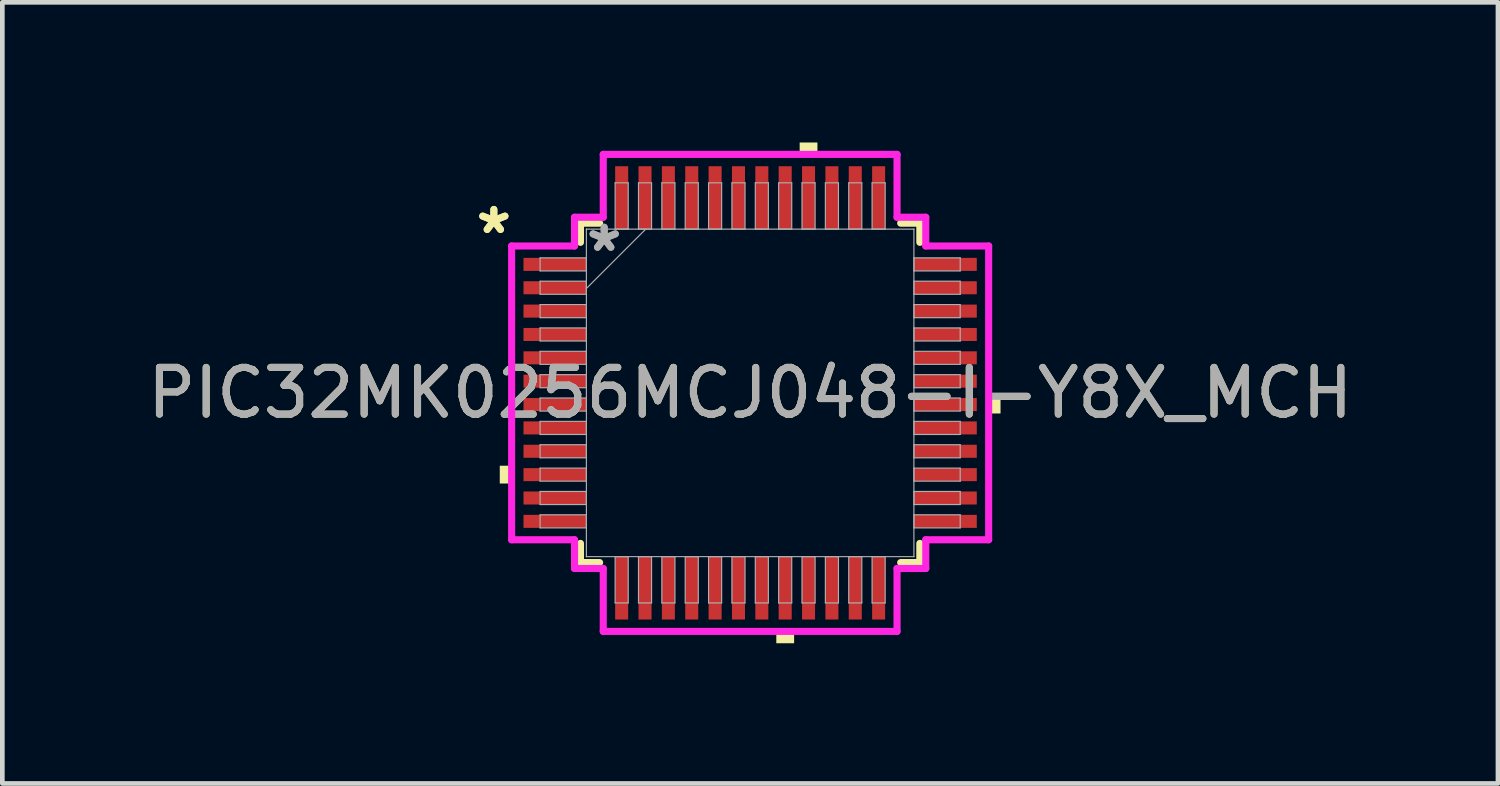
<source format=kicad_pcb>
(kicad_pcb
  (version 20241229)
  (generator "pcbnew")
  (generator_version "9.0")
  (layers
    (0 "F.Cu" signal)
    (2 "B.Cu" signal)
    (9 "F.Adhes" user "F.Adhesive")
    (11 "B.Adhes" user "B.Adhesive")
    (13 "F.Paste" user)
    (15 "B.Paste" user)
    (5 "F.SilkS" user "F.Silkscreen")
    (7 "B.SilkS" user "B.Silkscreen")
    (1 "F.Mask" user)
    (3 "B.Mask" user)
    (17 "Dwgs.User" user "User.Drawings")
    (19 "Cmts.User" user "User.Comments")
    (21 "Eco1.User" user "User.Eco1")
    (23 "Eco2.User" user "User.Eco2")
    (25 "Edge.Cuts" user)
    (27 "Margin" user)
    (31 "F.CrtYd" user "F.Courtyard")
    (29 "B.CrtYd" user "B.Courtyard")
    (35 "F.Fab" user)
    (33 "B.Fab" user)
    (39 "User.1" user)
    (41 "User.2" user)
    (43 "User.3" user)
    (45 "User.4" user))
  (footprint "PIC32MK0256MCJ048-I-Y8X_MCH"
    (layer "F.Cu")
    (at 13.006 5.359)
    (property "Reference" "PIC32MK0256MCJ048-I-Y8X_MCH" (at 0 0 0) (unlocked yes) (layer "F.SilkS") (effects (font (size 1 1) (thickness 0.15))))
    (attr smd)
    (fp_line (start -3.632 -3.632) (end -3.632 -3.222) (stroke (width 0.152) (type solid)) (layer "F.SilkS"))
    (fp_line (start -3.632 3.222) (end -3.632 3.632) (stroke (width 0.152) (type solid)) (layer "F.SilkS"))
    (fp_line (start -3.632 3.632) (end -3.222 3.632) (stroke (width 0.152) (type solid)) (layer "F.SilkS"))
    (fp_line (start -3.222 -3.632) (end -3.632 -3.632) (stroke (width 0.152) (type solid)) (layer "F.SilkS"))
    (fp_line (start 3.222 3.632) (end 3.632 3.632) (stroke (width 0.152) (type solid)) (layer "F.SilkS"))
    (fp_line (start 3.632 -3.632) (end 3.222 -3.632) (stroke (width 0.152) (type solid)) (layer "F.SilkS"))
    (fp_line (start 3.632 -3.222) (end 3.632 -3.632) (stroke (width 0.152) (type solid)) (layer "F.SilkS"))
    (fp_line (start 3.632 3.632) (end 3.632 3.222) (stroke (width 0.152) (type solid)) (layer "F.SilkS"))
    (fp_poly (pts (xy -5.359 1.559) (xy -5.359 1.94) (xy -5.105 1.94) (xy -5.105 1.559)) (stroke (width 0) (type solid)) (fill yes) (layer "F.SilkS"))
    (fp_poly (pts (xy 0.56 5.105) (xy 0.56 5.359) (xy 0.941 5.359) (xy 0.941 5.105)) (stroke (width 0) (type solid)) (fill yes) (layer "F.SilkS"))
    (fp_poly (pts (xy 1.06 -5.105) (xy 1.06 -5.359) (xy 1.44 -5.359) (xy 1.44 -5.105)) (stroke (width 0) (type solid)) (fill yes) (layer "F.SilkS"))
    (fp_poly (pts (xy 5.359 0.059) (xy 5.359 0.441) (xy 5.105 0.441) (xy 5.105 0.059)) (stroke (width 0) (type solid)) (fill yes) (layer "F.SilkS"))
    (fp_line (start -5.105 -3.144) (end -3.759 -3.144) (stroke (width 0.152) (type solid)) (layer "F.CrtYd"))
    (fp_line (start -5.105 3.144) (end -5.105 -3.144) (stroke (width 0.152) (type solid)) (layer "F.CrtYd"))
    (fp_line (start -3.759 -3.759) (end -3.144 -3.759) (stroke (width 0.152) (type solid)) (layer "F.CrtYd"))
    (fp_line (start -3.759 -3.144) (end -3.759 -3.759) (stroke (width 0.152) (type solid)) (layer "F.CrtYd"))
    (fp_line (start -3.759 3.144) (end -5.105 3.144) (stroke (width 0.152) (type solid)) (layer "F.CrtYd"))
    (fp_line (start -3.759 3.759) (end -3.759 3.144) (stroke (width 0.152) (type solid)) (layer "F.CrtYd"))
    (fp_line (start -3.759 3.759) (end -3.144 3.759) (stroke (width 0.152) (type solid)) (layer "F.CrtYd"))
    (fp_line (start -3.144 -5.105) (end 3.144 -5.105) (stroke (width 0.152) (type solid)) (layer "F.CrtYd"))
    (fp_line (start -3.144 -3.759) (end -3.144 -5.105) (stroke (width 0.152) (type solid)) (layer "F.CrtYd"))
    (fp_line (start -3.144 3.759) (end -3.144 5.105) (stroke (width 0.152) (type solid)) (layer "F.CrtYd"))
    (fp_line (start -3.144 5.105) (end 3.144 5.105) (stroke (width 0.152) (type solid)) (layer "F.CrtYd"))
    (fp_line (start 3.144 -5.105) (end 3.144 -3.759) (stroke (width 0.152) (type solid)) (layer "F.CrtYd"))
    (fp_line (start 3.144 -3.759) (end 3.759 -3.759) (stroke (width 0.152) (type solid)) (layer "F.CrtYd"))
    (fp_line (start 3.144 3.759) (end 3.759 3.759) (stroke (width 0.152) (type solid)) (layer "F.CrtYd"))
    (fp_line (start 3.144 5.105) (end 3.144 3.759) (stroke (width 0.152) (type solid)) (layer "F.CrtYd"))
    (fp_line (start 3.759 -3.144) (end 3.759 -3.759) (stroke (width 0.152) (type solid)) (layer "F.CrtYd"))
    (fp_line (start 3.759 3.144) (end 5.105 3.144) (stroke (width 0.152) (type solid)) (layer "F.CrtYd"))
    (fp_line (start 3.759 3.759) (end 3.759 3.144) (stroke (width 0.152) (type solid)) (layer "F.CrtYd"))
    (fp_line (start 5.105 -3.144) (end 3.759 -3.144) (stroke (width 0.152) (type solid)) (layer "F.CrtYd"))
    (fp_line (start 5.105 3.144) (end 5.105 -3.144) (stroke (width 0.152) (type solid)) (layer "F.CrtYd"))
    (fp_line (start -4.496 -2.89) (end -4.496 -2.61) (stroke (width 0.025) (type solid)) (layer "F.Fab"))
    (fp_line (start -4.496 -2.61) (end -3.505 -2.61) (stroke (width 0.025) (type solid)) (layer "F.Fab"))
    (fp_line (start -4.496 -2.39) (end -4.496 -2.11) (stroke (width 0.025) (type solid)) (layer "F.Fab"))
    (fp_line (start -4.496 -2.11) (end -3.505 -2.11) (stroke (width 0.025) (type solid)) (layer "F.Fab"))
    (fp_line (start -4.496 -1.89) (end -4.496 -1.61) (stroke (width 0.025) (type solid)) (layer "F.Fab"))
    (fp_line (start -4.496 -1.61) (end -3.505 -1.61) (stroke (width 0.025) (type solid)) (layer "F.Fab"))
    (fp_line (start -4.496 -1.39) (end -4.496 -1.11) (stroke (width 0.025) (type solid)) (layer "F.Fab"))
    (fp_line (start -4.496 -1.11) (end -3.505 -1.11) (stroke (width 0.025) (type solid)) (layer "F.Fab"))
    (fp_line (start -4.496 -0.89) (end -4.496 -0.61) (stroke (width 0.025) (type solid)) (layer "F.Fab"))
    (fp_line (start -4.496 -0.61) (end -3.505 -0.61) (stroke (width 0.025) (type solid)) (layer "F.Fab"))
    (fp_line (start -4.496 -0.39) (end -4.496 -0.11) (stroke (width 0.025) (type solid)) (layer "F.Fab"))
    (fp_line (start -4.496 -0.11) (end -3.505 -0.11) (stroke (width 0.025) (type solid)) (layer "F.Fab"))
    (fp_line (start -4.496 0.11) (end -4.496 0.39) (stroke (width 0.025) (type solid)) (layer "F.Fab"))
    (fp_line (start -4.496 0.39) (end -3.505 0.39) (stroke (width 0.025) (type solid)) (layer "F.Fab"))
    (fp_line (start -4.496 0.61) (end -4.496 0.89) (stroke (width 0.025) (type solid)) (layer "F.Fab"))
    (fp_line (start -4.496 0.89) (end -3.505 0.89) (stroke (width 0.025) (type solid)) (layer "F.Fab"))
    (fp_line (start -4.496 1.11) (end -4.496 1.39) (stroke (width 0.025) (type solid)) (layer "F.Fab"))
    (fp_line (start -4.496 1.39) (end -3.505 1.39) (stroke (width 0.025) (type solid)) (layer "F.Fab"))
    (fp_line (start -4.496 1.61) (end -4.496 1.89) (stroke (width 0.025) (type solid)) (layer "F.Fab"))
    (fp_line (start -4.496 1.89) (end -3.505 1.89) (stroke (width 0.025) (type solid)) (layer "F.Fab"))
    (fp_line (start -4.496 2.11) (end -4.496 2.39) (stroke (width 0.025) (type solid)) (layer "F.Fab"))
    (fp_line (start -4.496 2.39) (end -3.505 2.39) (stroke (width 0.025) (type solid)) (layer "F.Fab"))
    (fp_line (start -4.496 2.61) (end -4.496 2.89) (stroke (width 0.025) (type solid)) (layer "F.Fab"))
    (fp_line (start -4.496 2.89) (end -3.505 2.89) (stroke (width 0.025) (type solid)) (layer "F.Fab"))
    (fp_line (start -3.505 -3.505) (end -3.505 -3.505) (stroke (width 0.025) (type solid)) (layer "F.Fab"))
    (fp_line (start -3.505 -3.505) (end -3.505 3.505) (stroke (width 0.025) (type solid)) (layer "F.Fab"))
    (fp_line (start -3.505 -2.89) (end -4.496 -2.89) (stroke (width 0.025) (type solid)) (layer "F.Fab"))
    (fp_line (start -3.505 -2.61) (end -3.505 -2.89) (stroke (width 0.025) (type solid)) (layer "F.Fab"))
    (fp_line (start -3.505 -2.39) (end -4.496 -2.39) (stroke (width 0.025) (type solid)) (layer "F.Fab"))
    (fp_line (start -3.505 -2.235) (end -2.235 -3.505) (stroke (width 0.025) (type solid)) (layer "F.Fab"))
    (fp_line (start -3.505 -2.11) (end -3.505 -2.39) (stroke (width 0.025) (type solid)) (layer "F.Fab"))
    (fp_line (start -3.505 -1.89) (end -4.496 -1.89) (stroke (width 0.025) (type solid)) (layer "F.Fab"))
    (fp_line (start -3.505 -1.61) (end -3.505 -1.89) (stroke (width 0.025) (type solid)) (layer "F.Fab"))
    (fp_line (start -3.505 -1.39) (end -4.496 -1.39) (stroke (width 0.025) (type solid)) (layer "F.Fab"))
    (fp_line (start -3.505 -1.11) (end -3.505 -1.39) (stroke (width 0.025) (type solid)) (layer "F.Fab"))
    (fp_line (start -3.505 -0.89) (end -4.496 -0.89) (stroke (width 0.025) (type solid)) (layer "F.Fab"))
    (fp_line (start -3.505 -0.61) (end -3.505 -0.89) (stroke (width 0.025) (type solid)) (layer "F.Fab"))
    (fp_line (start -3.505 -0.39) (end -4.496 -0.39) (stroke (width 0.025) (type solid)) (layer "F.Fab"))
    (fp_line (start -3.505 -0.11) (end -3.505 -0.39) (stroke (width 0.025) (type solid)) (layer "F.Fab"))
    (fp_line (start -3.505 0.11) (end -4.496 0.11) (stroke (width 0.025) (type solid)) (layer "F.Fab"))
    (fp_line (start -3.505 0.39) (end -3.505 0.11) (stroke (width 0.025) (type solid)) (layer "F.Fab"))
    (fp_line (start -3.505 0.61) (end -4.496 0.61) (stroke (width 0.025) (type solid)) (layer "F.Fab"))
    (fp_line (start -3.505 0.89) (end -3.505 0.61) (stroke (width 0.025) (type solid)) (layer "F.Fab"))
    (fp_line (start -3.505 1.11) (end -4.496 1.11) (stroke (width 0.025) (type solid)) (layer "F.Fab"))
    (fp_line (start -3.505 1.39) (end -3.505 1.11) (stroke (width 0.025) (type solid)) (layer "F.Fab"))
    (fp_line (start -3.505 1.61) (end -4.496 1.61) (stroke (width 0.025) (type solid)) (layer "F.Fab"))
    (fp_line (start -3.505 1.89) (end -3.505 1.61) (stroke (width 0.025) (type solid)) (layer "F.Fab"))
    (fp_line (start -3.505 2.11) (end -4.496 2.11) (stroke (width 0.025) (type solid)) (layer "F.Fab"))
    (fp_line (start -3.505 2.39) (end -3.505 2.11) (stroke (width 0.025) (type solid)) (layer "F.Fab"))
    (fp_line (start -3.505 2.61) (end -4.496 2.61) (stroke (width 0.025) (type solid)) (layer "F.Fab"))
    (fp_line (start -3.505 2.89) (end -3.505 2.61) (stroke (width 0.025) (type solid)) (layer "F.Fab"))
    (fp_line (start -3.505 3.505) (end -3.505 3.505) (stroke (width 0.025) (type solid)) (layer "F.Fab"))
    (fp_line (start -3.505 3.505) (end 3.505 3.505) (stroke (width 0.025) (type solid)) (layer "F.Fab"))
    (fp_line (start -2.89 -4.496) (end -2.89 -3.505) (stroke (width 0.025) (type solid)) (layer "F.Fab"))
    (fp_line (start -2.89 -3.505) (end -2.61 -3.505) (stroke (width 0.025) (type solid)) (layer "F.Fab"))
    (fp_line (start -2.89 3.505) (end -2.89 4.496) (stroke (width 0.025) (type solid)) (layer "F.Fab"))
    (fp_line (start -2.89 4.496) (end -2.61 4.496) (stroke (width 0.025) (type solid)) (layer "F.Fab"))
    (fp_line (start -2.61 -4.496) (end -2.89 -4.496) (stroke (width 0.025) (type solid)) (layer "F.Fab"))
    (fp_line (start -2.61 -3.505) (end -2.61 -4.496) (stroke (width 0.025) (type solid)) (layer "F.Fab"))
    (fp_line (start -2.61 3.505) (end -2.89 3.505) (stroke (width 0.025) (type solid)) (layer "F.Fab"))
    (fp_line (start -2.61 4.496) (end -2.61 3.505) (stroke (width 0.025) (type solid)) (layer "F.Fab"))
    (fp_line (start -2.39 -4.496) (end -2.39 -3.505) (stroke (width 0.025) (type solid)) (layer "F.Fab"))
    (fp_line (start -2.39 -3.505) (end -2.11 -3.505) (stroke (width 0.025) (type solid)) (layer "F.Fab"))
    (fp_line (start -2.39 3.505) (end -2.39 4.496) (stroke (width 0.025) (type solid)) (layer "F.Fab"))
    (fp_line (start -2.39 4.496) (end -2.11 4.496) (stroke (width 0.025) (type solid)) (layer "F.Fab"))
    (fp_line (start -2.11 -4.496) (end -2.39 -4.496) (stroke (width 0.025) (type solid)) (layer "F.Fab"))
    (fp_line (start -2.11 -3.505) (end -2.11 -4.496) (stroke (width 0.025) (type solid)) (layer "F.Fab"))
    (fp_line (start -2.11 3.505) (end -2.39 3.505) (stroke (width 0.025) (type solid)) (layer "F.Fab"))
    (fp_line (start -2.11 4.496) (end -2.11 3.505) (stroke (width 0.025) (type solid)) (layer "F.Fab"))
    (fp_line (start -1.89 -4.496) (end -1.89 -3.505) (stroke (width 0.025) (type solid)) (layer "F.Fab"))
    (fp_line (start -1.89 -3.505) (end -1.61 -3.505) (stroke (width 0.025) (type solid)) (layer "F.Fab"))
    (fp_line (start -1.89 3.505) (end -1.89 4.496) (stroke (width 0.025) (type solid)) (layer "F.Fab"))
    (fp_line (start -1.89 4.496) (end -1.61 4.496) (stroke (width 0.025) (type solid)) (layer "F.Fab"))
    (fp_line (start -1.61 -4.496) (end -1.89 -4.496) (stroke (width 0.025) (type solid)) (layer "F.Fab"))
    (fp_line (start -1.61 -3.505) (end -1.61 -4.496) (stroke (width 0.025) (type solid)) (layer "F.Fab"))
    (fp_line (start -1.61 3.505) (end -1.89 3.505) (stroke (width 0.025) (type solid)) (layer "F.Fab"))
    (fp_line (start -1.61 4.496) (end -1.61 3.505) (stroke (width 0.025) (type solid)) (layer "F.Fab"))
    (fp_line (start -1.39 -4.496) (end -1.39 -3.505) (stroke (width 0.025) (type solid)) (layer "F.Fab"))
    (fp_line (start -1.39 -3.505) (end -1.11 -3.505) (stroke (width 0.025) (type solid)) (layer "F.Fab"))
    (fp_line (start -1.39 3.505) (end -1.39 4.496) (stroke (width 0.025) (type solid)) (layer "F.Fab"))
    (fp_line (start -1.39 4.496) (end -1.11 4.496) (stroke (width 0.025) (type solid)) (layer "F.Fab"))
    (fp_line (start -1.11 -4.496) (end -1.39 -4.496) (stroke (width 0.025) (type solid)) (layer "F.Fab"))
    (fp_line (start -1.11 -3.505) (end -1.11 -4.496) (stroke (width 0.025) (type solid)) (layer "F.Fab"))
    (fp_line (start -1.11 3.505) (end -1.39 3.505) (stroke (width 0.025) (type solid)) (layer "F.Fab"))
    (fp_line (start -1.11 4.496) (end -1.11 3.505) (stroke (width 0.025) (type solid)) (layer "F.Fab"))
    (fp_line (start -0.89 -4.496) (end -0.89 -3.505) (stroke (width 0.025) (type solid)) (layer "F.Fab"))
    (fp_line (start -0.89 -3.505) (end -0.61 -3.505) (stroke (width 0.025) (type solid)) (layer "F.Fab"))
    (fp_line (start -0.89 3.505) (end -0.89 4.496) (stroke (width 0.025) (type solid)) (layer "F.Fab"))
    (fp_line (start -0.89 4.496) (end -0.61 4.496) (stroke (width 0.025) (type solid)) (layer "F.Fab"))
    (fp_line (start -0.61 -4.496) (end -0.89 -4.496) (stroke (width 0.025) (type solid)) (layer "F.Fab"))
    (fp_line (start -0.61 -3.505) (end -0.61 -4.496) (stroke (width 0.025) (type solid)) (layer "F.Fab"))
    (fp_line (start -0.61 3.505) (end -0.89 3.505) (stroke (width 0.025) (type solid)) (layer "F.Fab"))
    (fp_line (start -0.61 4.496) (end -0.61 3.505) (stroke (width 0.025) (type solid)) (layer "F.Fab"))
    (fp_line (start -0.39 -4.496) (end -0.39 -3.505) (stroke (width 0.025) (type solid)) (layer "F.Fab"))
    (fp_line (start -0.39 -3.505) (end -0.11 -3.505) (stroke (width 0.025) (type solid)) (layer "F.Fab"))
    (fp_line (start -0.39 3.505) (end -0.39 4.496) (stroke (width 0.025) (type solid)) (layer "F.Fab"))
    (fp_line (start -0.39 4.496) (end -0.11 4.496) (stroke (width 0.025) (type solid)) (layer "F.Fab"))
    (fp_line (start -0.11 -4.496) (end -0.39 -4.496) (stroke (width 0.025) (type solid)) (layer "F.Fab"))
    (fp_line (start -0.11 -3.505) (end -0.11 -4.496) (stroke (width 0.025) (type solid)) (layer "F.Fab"))
    (fp_line (start -0.11 3.505) (end -0.39 3.505) (stroke (width 0.025) (type solid)) (layer "F.Fab"))
    (fp_line (start -0.11 4.496) (end -0.11 3.505) (stroke (width 0.025) (type solid)) (layer "F.Fab"))
    (fp_line (start 0.11 -4.496) (end 0.11 -3.505) (stroke (width 0.025) (type solid)) (layer "F.Fab"))
    (fp_line (start 0.11 -3.505) (end 0.39 -3.505) (stroke (width 0.025) (type solid)) (layer "F.Fab"))
    (fp_line (start 0.11 3.505) (end 0.11 4.496) (stroke (width 0.025) (type solid)) (layer "F.Fab"))
    (fp_line (start 0.11 4.496) (end 0.39 4.496) (stroke (width 0.025) (type solid)) (layer "F.Fab"))
    (fp_line (start 0.39 -4.496) (end 0.11 -4.496) (stroke (width 0.025) (type solid)) (layer "F.Fab"))
    (fp_line (start 0.39 -3.505) (end 0.39 -4.496) (stroke (width 0.025) (type solid)) (layer "F.Fab"))
    (fp_line (start 0.39 3.505) (end 0.11 3.505) (stroke (width 0.025) (type solid)) (layer "F.Fab"))
    (fp_line (start 0.39 4.496) (end 0.39 3.505) (stroke (width 0.025) (type solid)) (layer "F.Fab"))
    (fp_line (start 0.61 -4.496) (end 0.61 -3.505) (stroke (width 0.025) (type solid)) (layer "F.Fab"))
    (fp_line (start 0.61 -3.505) (end 0.89 -3.505) (stroke (width 0.025) (type solid)) (layer "F.Fab"))
    (fp_line (start 0.61 3.505) (end 0.61 4.496) (stroke (width 0.025) (type solid)) (layer "F.Fab"))
    (fp_line (start 0.61 4.496) (end 0.89 4.496) (stroke (width 0.025) (type solid)) (layer "F.Fab"))
    (fp_line (start 0.89 -4.496) (end 0.61 -4.496) (stroke (width 0.025) (type solid)) (layer "F.Fab"))
    (fp_line (start 0.89 -3.505) (end 0.89 -4.496) (stroke (width 0.025) (type solid)) (layer "F.Fab"))
    (fp_line (start 0.89 3.505) (end 0.61 3.505) (stroke (width 0.025) (type solid)) (layer "F.Fab"))
    (fp_line (start 0.89 4.496) (end 0.89 3.505) (stroke (width 0.025) (type solid)) (layer "F.Fab"))
    (fp_line (start 1.11 -4.496) (end 1.11 -3.505) (stroke (width 0.025) (type solid)) (layer "F.Fab"))
    (fp_line (start 1.11 -3.505) (end 1.39 -3.505) (stroke (width 0.025) (type solid)) (layer "F.Fab"))
    (fp_line (start 1.11 3.505) (end 1.11 4.496) (stroke (width 0.025) (type solid)) (layer "F.Fab"))
    (fp_line (start 1.11 4.496) (end 1.39 4.496) (stroke (width 0.025) (type solid)) (layer "F.Fab"))
    (fp_line (start 1.39 -4.496) (end 1.11 -4.496) (stroke (width 0.025) (type solid)) (layer "F.Fab"))
    (fp_line (start 1.39 -3.505) (end 1.39 -4.496) (stroke (width 0.025) (type solid)) (layer "F.Fab"))
    (fp_line (start 1.39 3.505) (end 1.11 3.505) (stroke (width 0.025) (type solid)) (layer "F.Fab"))
    (fp_line (start 1.39 4.496) (end 1.39 3.505) (stroke (width 0.025) (type solid)) (layer "F.Fab"))
    (fp_line (start 1.61 -4.496) (end 1.61 -3.505) (stroke (width 0.025) (type solid)) (layer "F.Fab"))
    (fp_line (start 1.61 -3.505) (end 1.89 -3.505) (stroke (width 0.025) (type solid)) (layer "F.Fab"))
    (fp_line (start 1.61 3.505) (end 1.61 4.496) (stroke (width 0.025) (type solid)) (layer "F.Fab"))
    (fp_line (start 1.61 4.496) (end 1.89 4.496) (stroke (width 0.025) (type solid)) (layer "F.Fab"))
    (fp_line (start 1.89 -4.496) (end 1.61 -4.496) (stroke (width 0.025) (type solid)) (layer "F.Fab"))
    (fp_line (start 1.89 -3.505) (end 1.89 -4.496) (stroke (width 0.025) (type solid)) (layer "F.Fab"))
    (fp_line (start 1.89 3.505) (end 1.61 3.505) (stroke (width 0.025) (type solid)) (layer "F.Fab"))
    (fp_line (start 1.89 4.496) (end 1.89 3.505) (stroke (width 0.025) (type solid)) (layer "F.Fab"))
    (fp_line (start 2.11 -4.496) (end 2.11 -3.505) (stroke (width 0.025) (type solid)) (layer "F.Fab"))
    (fp_line (start 2.11 -3.505) (end 2.39 -3.505) (stroke (width 0.025) (type solid)) (layer "F.Fab"))
    (fp_line (start 2.11 3.505) (end 2.11 4.496) (stroke (width 0.025) (type solid)) (layer "F.Fab"))
    (fp_line (start 2.11 4.496) (end 2.39 4.496) (stroke (width 0.025) (type solid)) (layer "F.Fab"))
    (fp_line (start 2.39 -4.496) (end 2.11 -4.496) (stroke (width 0.025) (type solid)) (layer "F.Fab"))
    (fp_line (start 2.39 -3.505) (end 2.39 -4.496) (stroke (width 0.025) (type solid)) (layer "F.Fab"))
    (fp_line (start 2.39 3.505) (end 2.11 3.505) (stroke (width 0.025) (type solid)) (layer "F.Fab"))
    (fp_line (start 2.39 4.496) (end 2.39 3.505) (stroke (width 0.025) (type solid)) (layer "F.Fab"))
    (fp_line (start 2.61 -4.496) (end 2.61 -3.505) (stroke (width 0.025) (type solid)) (layer "F.Fab"))
    (fp_line (start 2.61 -3.505) (end 2.89 -3.505) (stroke (width 0.025) (type solid)) (layer "F.Fab"))
    (fp_line (start 2.61 3.505) (end 2.61 4.496) (stroke (width 0.025) (type solid)) (layer "F.Fab"))
    (fp_line (start 2.61 4.496) (end 2.89 4.496) (stroke (width 0.025) (type solid)) (layer "F.Fab"))
    (fp_line (start 2.89 -4.496) (end 2.61 -4.496) (stroke (width 0.025) (type solid)) (layer "F.Fab"))
    (fp_line (start 2.89 -3.505) (end 2.89 -4.496) (stroke (width 0.025) (type solid)) (layer "F.Fab"))
    (fp_line (start 2.89 3.505) (end 2.61 3.505) (stroke (width 0.025) (type solid)) (layer "F.Fab"))
    (fp_line (start 2.89 4.496) (end 2.89 3.505) (stroke (width 0.025) (type solid)) (layer "F.Fab"))
    (fp_line (start 3.505 -3.505) (end -3.505 -3.505) (stroke (width 0.025) (type solid)) (layer "F.Fab"))
    (fp_line (start 3.505 -3.505) (end 3.505 -3.505) (stroke (width 0.025) (type solid)) (layer "F.Fab"))
    (fp_line (start 3.505 -2.89) (end 3.505 -2.61) (stroke (width 0.025) (type solid)) (layer "F.Fab"))
    (fp_line (start 3.505 -2.61) (end 4.496 -2.61) (stroke (width 0.025) (type solid)) (layer "F.Fab"))
    (fp_line (start 3.505 -2.39) (end 3.505 -2.11) (stroke (width 0.025) (type solid)) (layer "F.Fab"))
    (fp_line (start 3.505 -2.11) (end 4.496 -2.11) (stroke (width 0.025) (type solid)) (layer "F.Fab"))
    (fp_line (start 3.505 -1.89) (end 3.505 -1.61) (stroke (width 0.025) (type solid)) (layer "F.Fab"))
    (fp_line (start 3.505 -1.61) (end 4.496 -1.61) (stroke (width 0.025) (type solid)) (layer "F.Fab"))
    (fp_line (start 3.505 -1.39) (end 3.505 -1.11) (stroke (width 0.025) (type solid)) (layer "F.Fab"))
    (fp_line (start 3.505 -1.11) (end 4.496 -1.11) (stroke (width 0.025) (type solid)) (layer "F.Fab"))
    (fp_line (start 3.505 -0.89) (end 3.505 -0.61) (stroke (width 0.025) (type solid)) (layer "F.Fab"))
    (fp_line (start 3.505 -0.61) (end 4.496 -0.61) (stroke (width 0.025) (type solid)) (layer "F.Fab"))
    (fp_line (start 3.505 -0.39) (end 3.505 -0.11) (stroke (width 0.025) (type solid)) (layer "F.Fab"))
    (fp_line (start 3.505 -0.11) (end 4.496 -0.11) (stroke (width 0.025) (type solid)) (layer "F.Fab"))
    (fp_line (start 3.505 0.11) (end 3.505 0.39) (stroke (width 0.025) (type solid)) (layer "F.Fab"))
    (fp_line (start 3.505 0.39) (end 4.496 0.39) (stroke (width 0.025) (type solid)) (layer "F.Fab"))
    (fp_line (start 3.505 0.61) (end 3.505 0.89) (stroke (width 0.025) (type solid)) (layer "F.Fab"))
    (fp_line (start 3.505 0.89) (end 4.496 0.89) (stroke (width 0.025) (type solid)) (layer "F.Fab"))
    (fp_line (start 3.505 1.11) (end 3.505 1.39) (stroke (width 0.025) (type solid)) (layer "F.Fab"))
    (fp_line (start 3.505 1.39) (end 4.496 1.39) (stroke (width 0.025) (type solid)) (layer "F.Fab"))
    (fp_line (start 3.505 1.61) (end 3.505 1.89) (stroke (width 0.025) (type solid)) (layer "F.Fab"))
    (fp_line (start 3.505 1.89) (end 4.496 1.89) (stroke (width 0.025) (type solid)) (layer "F.Fab"))
    (fp_line (start 3.505 2.11) (end 3.505 2.39) (stroke (width 0.025) (type solid)) (layer "F.Fab"))
    (fp_line (start 3.505 2.39) (end 4.496 2.39) (stroke (width 0.025) (type solid)) (layer "F.Fab"))
    (fp_line (start 3.505 2.61) (end 3.505 2.89) (stroke (width 0.025) (type solid)) (layer "F.Fab"))
    (fp_line (start 3.505 2.89) (end 4.496 2.89) (stroke (width 0.025) (type solid)) (layer "F.Fab"))
    (fp_line (start 3.505 3.505) (end 3.505 -3.505) (stroke (width 0.025) (type solid)) (layer "F.Fab"))
    (fp_line (start 3.505 3.505) (end 3.505 3.505) (stroke (width 0.025) (type solid)) (layer "F.Fab"))
    (fp_line (start 4.496 -2.89) (end 3.505 -2.89) (stroke (width 0.025) (type solid)) (layer "F.Fab"))
    (fp_line (start 4.496 -2.61) (end 4.496 -2.89) (stroke (width 0.025) (type solid)) (layer "F.Fab"))
    (fp_line (start 4.496 -2.39) (end 3.505 -2.39) (stroke (width 0.025) (type solid)) (layer "F.Fab"))
    (fp_line (start 4.496 -2.11) (end 4.496 -2.39) (stroke (width 0.025) (type solid)) (layer "F.Fab"))
    (fp_line (start 4.496 -1.89) (end 3.505 -1.89) (stroke (width 0.025) (type solid)) (layer "F.Fab"))
    (fp_line (start 4.496 -1.61) (end 4.496 -1.89) (stroke (width 0.025) (type solid)) (layer "F.Fab"))
    (fp_line (start 4.496 -1.39) (end 3.505 -1.39) (stroke (width 0.025) (type solid)) (layer "F.Fab"))
    (fp_line (start 4.496 -1.11) (end 4.496 -1.39) (stroke (width 0.025) (type solid)) (layer "F.Fab"))
    (fp_line (start 4.496 -0.89) (end 3.505 -0.89) (stroke (width 0.025) (type solid)) (layer "F.Fab"))
    (fp_line (start 4.496 -0.61) (end 4.496 -0.89) (stroke (width 0.025) (type solid)) (layer "F.Fab"))
    (fp_line (start 4.496 -0.39) (end 3.505 -0.39) (stroke (width 0.025) (type solid)) (layer "F.Fab"))
    (fp_line (start 4.496 -0.11) (end 4.496 -0.39) (stroke (width 0.025) (type solid)) (layer "F.Fab"))
    (fp_line (start 4.496 0.11) (end 3.505 0.11) (stroke (width 0.025) (type solid)) (layer "F.Fab"))
    (fp_line (start 4.496 0.39) (end 4.496 0.11) (stroke (width 0.025) (type solid)) (layer "F.Fab"))
    (fp_line (start 4.496 0.61) (end 3.505 0.61) (stroke (width 0.025) (type solid)) (layer "F.Fab"))
    (fp_line (start 4.496 0.89) (end 4.496 0.61) (stroke (width 0.025) (type solid)) (layer "F.Fab"))
    (fp_line (start 4.496 1.11) (end 3.505 1.11) (stroke (width 0.025) (type solid)) (layer "F.Fab"))
    (fp_line (start 4.496 1.39) (end 4.496 1.11) (stroke (width 0.025) (type solid)) (layer "F.Fab"))
    (fp_line (start 4.496 1.61) (end 3.505 1.61) (stroke (width 0.025) (type solid)) (layer "F.Fab"))
    (fp_line (start 4.496 1.89) (end 4.496 1.61) (stroke (width 0.025) (type solid)) (layer "F.Fab"))
    (fp_line (start 4.496 2.11) (end 3.505 2.11) (stroke (width 0.025) (type solid)) (layer "F.Fab"))
    (fp_line (start 4.496 2.39) (end 4.496 2.11) (stroke (width 0.025) (type solid)) (layer "F.Fab"))
    (fp_line (start 4.496 2.61) (end 3.505 2.61) (stroke (width 0.025) (type solid)) (layer "F.Fab"))
    (fp_line (start 4.496 2.89) (end 4.496 2.61) (stroke (width 0.025) (type solid)) (layer "F.Fab"))
    (fp_text user "*" (at -5.486 -3.381 0) (unlocked yes) (layer "F.SilkS") (effects (font (size 1 1) (thickness 0.15))))
    (fp_text user "*" (at -5.486 -3.381 0) (layer "F.SilkS") (effects (font (size 1 1) (thickness 0.15))))
    (fp_text user "${REFERENCE}" (at 0 0 0) (unlocked yes) (layer "F.Fab") (effects (font (size 1 1) (thickness 0.15))))
    (fp_text user "*" (at -3.124 -3 0) (unlocked yes) (layer "F.Fab") (effects (font (size 1 1) (thickness 0.15))))
    (fp_text user "*" (at -3.124 -3 0) (layer "F.Fab") (effects (font (size 1 1) (thickness 0.15))))
    (pad "1" smd rect (at -4.178 -2.75 90) (size 0.279 1.346) (layers "F.Cu" "F.Mask" "F.Paste"))
    (pad "2" smd rect (at -4.178 -2.25 90) (size 0.279 1.346) (layers "F.Cu" "F.Mask" "F.Paste"))
    (pad "3" smd rect (at -4.178 -1.75 90) (size 0.279 1.346) (layers "F.Cu" "F.Mask" "F.Paste"))
    (pad "4" smd rect (at -4.178 -1.25 90) (size 0.279 1.346) (layers "F.Cu" "F.Mask" "F.Paste"))
    (pad "5" smd rect (at -4.178 -0.75 90) (size 0.279 1.346) (layers "F.Cu" "F.Mask" "F.Paste"))
    (pad "6" smd rect (at -4.178 -0.25 90) (size 0.279 1.346) (layers "F.Cu" "F.Mask" "F.Paste"))
    (pad "7" smd rect (at -4.178 0.25 90) (size 0.279 1.346) (layers "F.Cu" "F.Mask" "F.Paste"))
    (pad "8" smd rect (at -4.178 0.75 90) (size 0.279 1.346) (layers "F.Cu" "F.Mask" "F.Paste"))
    (pad "9" smd rect (at -4.178 1.25 90) (size 0.279 1.346) (layers "F.Cu" "F.Mask" "F.Paste"))
    (pad "10" smd rect (at -4.178 1.75 90) (size 0.279 1.346) (layers "F.Cu" "F.Mask" "F.Paste"))
    (pad "11" smd rect (at -4.178 2.25 90) (size 0.279 1.346) (layers "F.Cu" "F.Mask" "F.Paste"))
    (pad "12" smd rect (at -4.178 2.75 90) (size 0.279 1.346) (layers "F.Cu" "F.Mask" "F.Paste"))
    (pad "13" smd rect (at -2.75 4.178) (size 0.279 1.346) (layers "F.Cu" "F.Mask" "F.Paste"))
    (pad "14" smd rect (at -2.25 4.178) (size 0.279 1.346) (layers "F.Cu" "F.Mask" "F.Paste"))
    (pad "15" smd rect (at -1.75 4.178) (size 0.279 1.346) (layers "F.Cu" "F.Mask" "F.Paste"))
    (pad "16" smd rect (at -1.25 4.178) (size 0.279 1.346) (layers "F.Cu" "F.Mask" "F.Paste"))
    (pad "17" smd rect (at -0.75 4.178) (size 0.279 1.346) (layers "F.Cu" "F.Mask" "F.Paste"))
    (pad "18" smd rect (at -0.25 4.178) (size 0.279 1.346) (layers "F.Cu" "F.Mask" "F.Paste"))
    (pad "19" smd rect (at 0.25 4.178) (size 0.279 1.346) (layers "F.Cu" "F.Mask" "F.Paste"))
    (pad "20" smd rect (at 0.75 4.178) (size 0.279 1.346) (layers "F.Cu" "F.Mask" "F.Paste"))
    (pad "21" smd rect (at 1.25 4.178) (size 0.279 1.346) (layers "F.Cu" "F.Mask" "F.Paste"))
    (pad "22" smd rect (at 1.75 4.178) (size 0.279 1.346) (layers "F.Cu" "F.Mask" "F.Paste"))
    (pad "23" smd rect (at 2.25 4.178) (size 0.279 1.346) (layers "F.Cu" "F.Mask" "F.Paste"))
    (pad "24" smd rect (at 2.75 4.178) (size 0.279 1.346) (layers "F.Cu" "F.Mask" "F.Paste"))
    (pad "25" smd rect (at 4.178 2.75 90) (size 0.279 1.346) (layers "F.Cu" "F.Mask" "F.Paste"))
    (pad "26" smd rect (at 4.178 2.25 90) (size 0.279 1.346) (layers "F.Cu" "F.Mask" "F.Paste"))
    (pad "27" smd rect (at 4.178 1.75 90) (size 0.279 1.346) (layers "F.Cu" "F.Mask" "F.Paste"))
    (pad "28" smd rect (at 4.178 1.25 90) (size 0.279 1.346) (layers "F.Cu" "F.Mask" "F.Paste"))
    (pad "29" smd rect (at 4.178 0.75 90) (size 0.279 1.346) (layers "F.Cu" "F.Mask" "F.Paste"))
    (pad "30" smd rect (at 4.178 0.25 90) (size 0.279 1.346) (layers "F.Cu" "F.Mask" "F.Paste"))
    (pad "31" smd rect (at 4.178 -0.25 90) (size 0.279 1.346) (layers "F.Cu" "F.Mask" "F.Paste"))
    (pad "32" smd rect (at 4.178 -0.75 90) (size 0.279 1.346) (layers "F.Cu" "F.Mask" "F.Paste"))
    (pad "33" smd rect (at 4.178 -1.25 90) (size 0.279 1.346) (layers "F.Cu" "F.Mask" "F.Paste"))
    (pad "34" smd rect (at 4.178 -1.75 90) (size 0.279 1.346) (layers "F.Cu" "F.Mask" "F.Paste"))
    (pad "35" smd rect (at 4.178 -2.25 90) (size 0.279 1.346) (layers "F.Cu" "F.Mask" "F.Paste"))
    (pad "36" smd rect (at 4.178 -2.75 90) (size 0.279 1.346) (layers "F.Cu" "F.Mask" "F.Paste"))
    (pad "37" smd rect (at 2.75 -4.178) (size 0.279 1.346) (layers "F.Cu" "F.Mask" "F.Paste"))
    (pad "38" smd rect (at 2.25 -4.178) (size 0.279 1.346) (layers "F.Cu" "F.Mask" "F.Paste"))
    (pad "39" smd rect (at 1.75 -4.178) (size 0.279 1.346) (layers "F.Cu" "F.Mask" "F.Paste"))
    (pad "40" smd rect (at 1.25 -4.178) (size 0.279 1.346) (layers "F.Cu" "F.Mask" "F.Paste"))
    (pad "41" smd rect (at 0.75 -4.178) (size 0.279 1.346) (layers "F.Cu" "F.Mask" "F.Paste"))
    (pad "42" smd rect (at 0.25 -4.178) (size 0.279 1.346) (layers "F.Cu" "F.Mask" "F.Paste"))
    (pad "43" smd rect (at -0.25 -4.178) (size 0.279 1.346) (layers "F.Cu" "F.Mask" "F.Paste"))
    (pad "44" smd rect (at -0.75 -4.178) (size 0.279 1.346) (layers "F.Cu" "F.Mask" "F.Paste"))
    (pad "45" smd rect (at -1.25 -4.178) (size 0.279 1.346) (layers "F.Cu" "F.Mask" "F.Paste"))
    (pad "46" smd rect (at -1.75 -4.178) (size 0.279 1.346) (layers "F.Cu" "F.Mask" "F.Paste"))
    (pad "47" smd rect (at -2.25 -4.178) (size 0.279 1.346) (layers "F.Cu" "F.Mask" "F.Paste"))
    (pad "48" smd rect (at -2.75 -4.178) (size 0.279 1.346) (layers "F.Cu" "F.Mask" "F.Paste")))
  (gr_rect
    (start -3 -3)
    (end 29.012 13.719)
    (stroke (width 0.1) (type default))
    (fill no)
    (layer "Edge.Cuts")))
</source>
